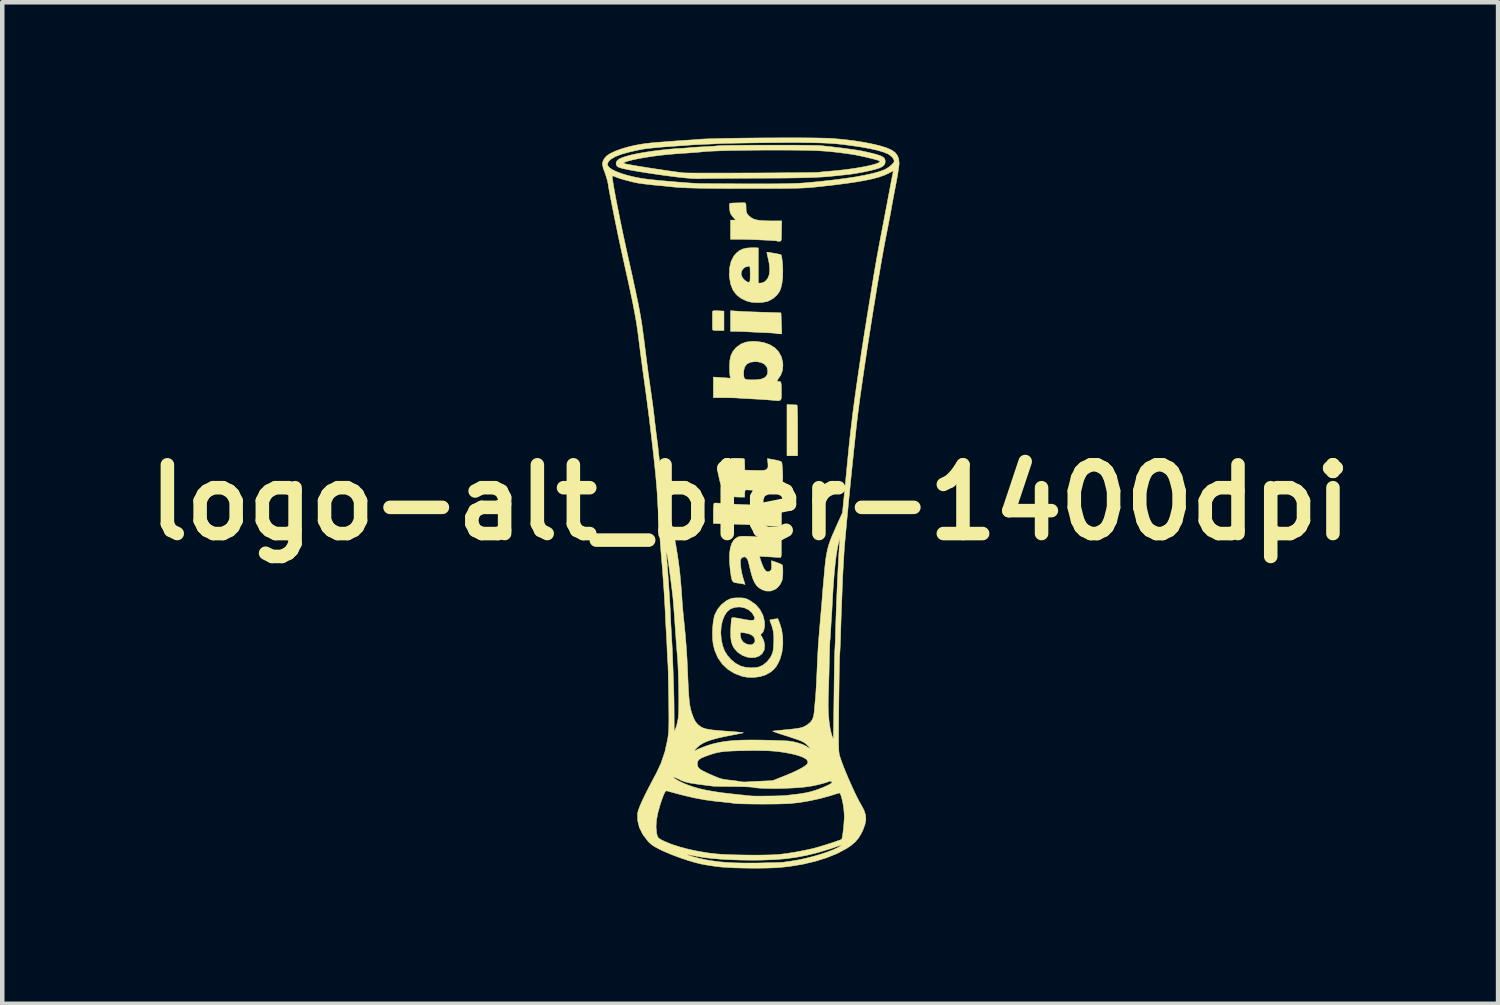
<source format=kicad_pcb>
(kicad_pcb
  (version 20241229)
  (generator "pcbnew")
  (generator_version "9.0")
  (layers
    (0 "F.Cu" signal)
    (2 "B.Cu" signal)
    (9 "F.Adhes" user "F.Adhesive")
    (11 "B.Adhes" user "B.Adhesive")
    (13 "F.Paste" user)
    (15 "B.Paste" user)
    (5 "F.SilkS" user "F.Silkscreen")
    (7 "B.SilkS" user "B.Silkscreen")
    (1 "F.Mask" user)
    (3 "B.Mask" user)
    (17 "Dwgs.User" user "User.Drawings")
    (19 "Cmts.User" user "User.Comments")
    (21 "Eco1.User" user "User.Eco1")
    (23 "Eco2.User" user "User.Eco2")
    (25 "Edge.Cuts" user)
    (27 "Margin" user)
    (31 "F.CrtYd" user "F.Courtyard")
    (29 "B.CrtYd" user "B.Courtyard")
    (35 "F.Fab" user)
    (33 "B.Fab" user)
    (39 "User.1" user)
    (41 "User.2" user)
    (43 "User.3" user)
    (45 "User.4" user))
  (footprint "logo-alt_bier-1400dpi"
    (layer "F.Cu")
    (at 13.578 8.087)
    (property "Reference" "logo-alt_bier-1400dpi" (at 0 0 0) (layer "F.SilkS") (effects (font (size 1.524 1.524) (thickness 0.3))))
    (attr through_hole)
    (fp_poly (pts (xy 0.921 -2.166) (xy 0.98 -2.164) (xy 1.023 -2.161) (xy 1.039 -2.16) (xy 1.042 -2.143) (xy 1.045 -2.093) (xy 1.048 -2.016) (xy 1.05 -1.915) (xy 1.051 -1.796) (xy 1.052 -1.663) (xy 1.052 -1.597) (xy 1.052 -1.034) (xy 0.816 -1.034) (xy 0.816 -2.171) (xy 0.921 -2.166)) (stroke (width 0.01) (type solid)) (fill yes) (layer "F.SilkS"))
    (fp_poly (pts (xy -0.708 -4.248) (xy -0.581 -4.242) (xy -0.581 -3.81) (xy -0.708 -3.81) (xy -0.782 -3.812) (xy -0.823 -3.82) (xy -0.835 -3.833) (xy -0.836 -3.869) (xy -0.836 -3.929) (xy -0.836 -4.002) (xy -0.836 -4.078) (xy -0.836 -4.148) (xy -0.836 -4.201) (xy -0.836 -4.227) (xy -0.829 -4.242) (xy -0.804 -4.249) (xy -0.754 -4.25) (xy -0.708 -4.248)) (stroke (width 0.01) (type solid)) (fill yes) (layer "F.SilkS"))
    (fp_poly (pts (xy -0.268 -4.239) (xy -0.197 -4.235) (xy -0.099 -4.23) (xy 0.019 -4.225) (xy 0.146 -4.221) (xy 0.275 -4.216) (xy 0.29 -4.216) (xy 0.405 -4.213) (xy 0.507 -4.209) (xy 0.59 -4.207) (xy 0.649 -4.204) (xy 0.68 -4.203) (xy 0.683 -4.202) (xy 0.684 -4.185) (xy 0.687 -4.137) (xy 0.689 -4.067) (xy 0.692 -3.982) (xy 0.693 -3.969) (xy 0.7 -3.737) (xy 0.643 -3.737) (xy 0.601 -3.74) (xy 0.578 -3.746) (xy 0.578 -3.746) (xy 0.558 -3.749) (xy 0.508 -3.754) (xy 0.435 -3.759) (xy 0.345 -3.763) (xy 0.298 -3.765) (xy 0.194 -3.77) (xy 0.095 -3.774) (xy 0.01 -3.779) (xy -0.05 -3.782) (xy -0.064 -3.783) (xy -0.129 -3.786) (xy -0.212 -3.789) (xy -0.295 -3.791) (xy -0.435 -3.792) (xy -0.435 -4.25) (xy -0.268 -4.239)) (stroke (width 0.01) (type solid)) (fill yes) (layer "F.SilkS"))
    (fp_poly (pts (xy -0.718 0.015) (xy -0.65 0.019) (xy -0.631 0.021) (xy -0.56 0.026) (xy -0.464 0.032) (xy -0.352 0.038) (xy -0.237 0.044) (xy -0.193 0.046) (xy -0.089 0.05) (xy 0.006 0.055) (xy 0.084 0.06) (xy 0.137 0.063) (xy 0.154 0.065) (xy 0.193 0.067) (xy 0.259 0.07) (xy 0.343 0.073) (xy 0.436 0.074) (xy 0.44 0.074) (xy 0.529 0.077) (xy 0.603 0.081) (xy 0.657 0.087) (xy 0.682 0.094) (xy 0.683 0.095) (xy 0.687 0.119) (xy 0.69 0.171) (xy 0.693 0.244) (xy 0.693 0.323) (xy 0.693 0.535) (xy 0.646 0.537) (xy 0.609 0.537) (xy 0.594 0.534) (xy 0.575 0.531) (xy 0.526 0.527) (xy 0.455 0.523) (xy 0.367 0.518) (xy 0.335 0.517) (xy 0.239 0.512) (xy 0.153 0.507) (xy 0.085 0.502) (xy 0.043 0.499) (xy 0.037 0.498) (xy 0.006 0.495) (xy -0.055 0.492) (xy -0.14 0.488) (xy -0.244 0.484) (xy -0.361 0.48) (xy -0.412 0.478) (xy -0.816 0.466) (xy -0.816 0.244) (xy -0.815 0.137) (xy -0.81 0.063) (xy -0.802 0.022) (xy -0.797 0.015) (xy -0.77 0.013) (xy -0.718 0.015)) (stroke (width 0.01) (type solid)) (fill yes) (layer "F.SilkS"))
    (fp_poly (pts (xy -0.129 -6.642) (xy -0.122 -6.642) (xy -0.105 -6.635) (xy -0.095 -6.613) (xy -0.091 -6.566) (xy -0.091 -6.529) (xy -0.089 -6.465) (xy -0.08 -6.423) (xy -0.059 -6.388) (xy -0.023 -6.35) (xy 0.024 -6.311) (xy 0.078 -6.282) (xy 0.147 -6.262) (xy 0.234 -6.249) (xy 0.347 -6.243) (xy 0.468 -6.241) (xy 0.699 -6.241) (xy 0.695 -6.055) (xy 0.694 -5.972) (xy 0.692 -5.9) (xy 0.691 -5.847) (xy 0.691 -5.828) (xy 0.68 -5.796) (xy 0.647 -5.788) (xy 0.611 -5.79) (xy 0.597 -5.795) (xy 0.577 -5.799) (xy 0.526 -5.803) (xy 0.451 -5.808) (xy 0.358 -5.813) (xy 0.252 -5.818) (xy 0.141 -5.823) (xy 0.028 -5.827) (xy -0.078 -5.83) (xy -0.173 -5.832) (xy -0.249 -5.833) (xy -0.435 -5.833) (xy -0.435 -6.046) (xy -0.435 -6.259) (xy -0.32 -6.259) (xy -0.366 -6.309) (xy -0.404 -6.355) (xy -0.434 -6.4) (xy -0.435 -6.402) (xy -0.446 -6.439) (xy -0.455 -6.493) (xy -0.459 -6.551) (xy -0.459 -6.601) (xy -0.453 -6.629) (xy -0.452 -6.63) (xy -0.432 -6.633) (xy -0.386 -6.637) (xy -0.322 -6.639) (xy -0.252 -6.641) (xy -0.184 -6.642) (xy -0.129 -6.642)) (stroke (width 0.01) (type solid)) (fill yes) (layer "F.SilkS"))
    (fp_poly (pts (xy -0.192 -0.978) (xy -0.144 -0.971) (xy -0.126 -0.96) (xy -0.125 -0.957) (xy -0.124 -0.928) (xy -0.122 -0.875) (xy -0.121 -0.826) (xy -0.118 -0.717) (xy 0.106 -0.711) (xy 0.202 -0.709) (xy 0.269 -0.71) (xy 0.313 -0.714) (xy 0.342 -0.722) (xy 0.363 -0.735) (xy 0.367 -0.738) (xy 0.388 -0.763) (xy 0.396 -0.795) (xy 0.395 -0.847) (xy 0.393 -0.872) (xy 0.382 -0.973) (xy 0.535 -0.946) (xy 0.624 -0.927) (xy 0.678 -0.909) (xy 0.7 -0.891) (xy 0.705 -0.861) (xy 0.711 -0.804) (xy 0.717 -0.73) (xy 0.72 -0.671) (xy 0.723 -0.583) (xy 0.723 -0.521) (xy 0.717 -0.477) (xy 0.705 -0.439) (xy 0.686 -0.399) (xy 0.656 -0.347) (xy 0.622 -0.309) (xy 0.58 -0.282) (xy 0.524 -0.267) (xy 0.447 -0.26) (xy 0.344 -0.26) (xy 0.245 -0.264) (xy 0.146 -0.268) (xy 0.056 -0.272) (xy -0.016 -0.275) (xy -0.062 -0.278) (xy -0.073 -0.278) (xy -0.101 -0.277) (xy -0.114 -0.261) (xy -0.119 -0.223) (xy -0.12 -0.2) (xy -0.122 -0.118) (xy -0.192 -0.118) (xy -0.26 -0.119) (xy -0.331 -0.123) (xy -0.34 -0.123) (xy -0.417 -0.129) (xy -0.417 -0.219) (xy -0.42 -0.274) (xy -0.429 -0.301) (xy -0.448 -0.309) (xy -0.449 -0.309) (xy -0.502 -0.313) (xy -0.559 -0.321) (xy -0.608 -0.331) (xy -0.635 -0.341) (xy -0.637 -0.342) (xy -0.644 -0.363) (xy -0.656 -0.41) (xy -0.672 -0.474) (xy -0.689 -0.546) (xy -0.705 -0.617) (xy -0.717 -0.678) (xy -0.725 -0.72) (xy -0.726 -0.731) (xy -0.709 -0.736) (xy -0.665 -0.737) (xy -0.6 -0.735) (xy -0.572 -0.733) (xy -0.417 -0.722) (xy -0.417 -0.98) (xy -0.272 -0.98) (xy -0.192 -0.978)) (stroke (width 0.01) (type solid)) (fill yes) (layer "F.SilkS"))
    (fp_poly (pts (xy 0.122 -5.645) (xy 0.181 -5.642) (xy 0.181 -4.862) (xy 0.233 -4.862) (xy 0.286 -4.874) (xy 0.331 -4.898) (xy 0.39 -4.965) (xy 0.424 -5.055) (xy 0.434 -5.169) (xy 0.419 -5.309) (xy 0.4 -5.397) (xy 0.385 -5.465) (xy 0.374 -5.516) (xy 0.37 -5.544) (xy 0.37 -5.547) (xy 0.389 -5.546) (xy 0.433 -5.54) (xy 0.492 -5.53) (xy 0.557 -5.519) (xy 0.617 -5.507) (xy 0.662 -5.498) (xy 0.683 -5.492) (xy 0.683 -5.492) (xy 0.693 -5.465) (xy 0.704 -5.41) (xy 0.713 -5.334) (xy 0.72 -5.247) (xy 0.724 -5.156) (xy 0.724 -5.145) (xy 0.721 -4.989) (xy 0.704 -4.85) (xy 0.676 -4.735) (xy 0.652 -4.679) (xy 0.596 -4.6) (xy 0.516 -4.528) (xy 0.425 -4.473) (xy 0.374 -4.454) (xy 0.268 -4.434) (xy 0.147 -4.429) (xy 0.028 -4.438) (xy -0.067 -4.461) (xy -0.2 -4.522) (xy -0.304 -4.604) (xy -0.382 -4.709) (xy -0.433 -4.838) (xy -0.459 -4.993) (xy -0.462 -5.035) (xy -0.461 -5.051) (xy -0.2 -5.051) (xy -0.171 -4.982) (xy -0.138 -4.942) (xy -0.093 -4.905) (xy -0.052 -4.883) (xy -0.038 -4.88) (xy -0.021 -4.883) (xy -0.01 -4.893) (xy -0.004 -4.919) (xy -0.001 -4.967) (xy -0.000013 -5.042) (xy 0 -5.064) (xy -0.001 -5.147) (xy -0.003 -5.2) (xy -0.009 -5.228) (xy -0.018 -5.238) (xy -0.029 -5.236) (xy -0.07 -5.226) (xy -0.084 -5.225) (xy -0.114 -5.213) (xy -0.152 -5.184) (xy -0.155 -5.181) (xy -0.194 -5.119) (xy -0.2 -5.051) (xy -0.461 -5.051) (xy -0.456 -5.201) (xy -0.423 -5.342) (xy -0.364 -5.46) (xy -0.305 -5.528) (xy -0.24 -5.581) (xy -0.167 -5.617) (xy -0.081 -5.638) (xy 0.028 -5.646) (xy 0.122 -5.645)) (stroke (width 0.01) (type solid)) (fill yes) (layer "F.SilkS"))
    (fp_poly (pts (xy 0.134 -3.57) (xy 0.294 -3.547) (xy 0.432 -3.499) (xy 0.546 -3.428) (xy 0.633 -3.336) (xy 0.693 -3.225) (xy 0.723 -3.097) (xy 0.726 -3.038) (xy 0.715 -2.923) (xy 0.679 -2.825) (xy 0.632 -2.753) (xy 0.602 -2.71) (xy 0.599 -2.687) (xy 0.624 -2.682) (xy 0.647 -2.683) (xy 0.667 -2.68) (xy 0.68 -2.661) (xy 0.688 -2.62) (xy 0.692 -2.554) (xy 0.693 -2.456) (xy 0.693 -2.452) (xy 0.693 -2.366) (xy 0.69 -2.309) (xy 0.677 -2.274) (xy 0.651 -2.258) (xy 0.603 -2.255) (xy 0.529 -2.262) (xy 0.463 -2.268) (xy 0.391 -2.274) (xy 0.294 -2.281) (xy 0.183 -2.288) (xy 0.07 -2.294) (xy 0.036 -2.296) (xy -0.063 -2.301) (xy -0.15 -2.305) (xy -0.219 -2.31) (xy -0.262 -2.313) (xy -0.272 -2.314) (xy -0.299 -2.316) (xy -0.356 -2.318) (xy -0.433 -2.32) (xy -0.525 -2.321) (xy -0.558 -2.321) (xy -0.816 -2.322) (xy -0.816 -2.78) (xy -0.624 -2.767) (xy -0.432 -2.754) (xy -0.445 -2.794) (xy -0.45 -2.83) (xy -0.454 -2.881) (xy -0.145 -2.881) (xy -0.143 -2.805) (xy -0.132 -2.758) (xy -0.108 -2.733) (xy -0.064 -2.722) (xy -0.012 -2.718) (xy 0.13 -2.718) (xy 0.24 -2.733) (xy 0.317 -2.764) (xy 0.343 -2.784) (xy 0.376 -2.829) (xy 0.389 -2.884) (xy 0.39 -2.91) (xy 0.374 -2.992) (xy 0.329 -3.055) (xy 0.255 -3.098) (xy 0.156 -3.119) (xy 0.109 -3.121) (xy 0.007 -3.108) (xy -0.07 -3.07) (xy -0.12 -3.006) (xy -0.143 -2.919) (xy -0.145 -2.881) (xy -0.454 -2.881) (xy -0.455 -2.891) (xy -0.457 -2.968) (xy -0.458 -3.01) (xy -0.451 -3.145) (xy -0.428 -3.254) (xy -0.386 -3.343) (xy -0.322 -3.422) (xy -0.294 -3.448) (xy -0.199 -3.514) (xy -0.091 -3.555) (xy 0.036 -3.571) (xy 0.134 -3.57)) (stroke (width 0.01) (type solid)) (fill yes) (layer "F.SilkS"))
    (fp_poly (pts (xy -0.052 0.75) (xy 0.017 0.753) (xy 0.104 0.759) (xy 0.178 0.764) (xy 0.23 0.769) (xy 0.255 0.772) (xy 0.255 0.772) (xy 0.277 0.775) (xy 0.327 0.778) (xy 0.398 0.781) (xy 0.478 0.783) (xy 0.57 0.786) (xy 0.632 0.79) (xy 0.669 0.796) (xy 0.686 0.805) (xy 0.691 0.816) (xy 0.691 0.845) (xy 0.691 0.901) (xy 0.691 0.976) (xy 0.691 1.034) (xy 0.691 1.119) (xy 0.688 1.175) (xy 0.683 1.206) (xy 0.673 1.219) (xy 0.659 1.221) (xy 0.659 1.221) (xy 0.629 1.219) (xy 0.571 1.215) (xy 0.494 1.21) (xy 0.416 1.206) (xy 0.205 1.193) (xy 0.248 1.327) (xy 0.275 1.398) (xy 0.305 1.461) (xy 0.333 1.502) (xy 0.335 1.505) (xy 0.37 1.533) (xy 0.399 1.537) (xy 0.426 1.528) (xy 0.453 1.51) (xy 0.469 1.484) (xy 0.475 1.439) (xy 0.474 1.368) (xy 0.473 1.357) (xy 0.47 1.29) (xy 0.584 1.328) (xy 0.645 1.351) (xy 0.691 1.372) (xy 0.712 1.386) (xy 0.72 1.418) (xy 0.724 1.474) (xy 0.725 1.545) (xy 0.722 1.619) (xy 0.715 1.686) (xy 0.707 1.728) (xy 0.669 1.81) (xy 0.61 1.884) (xy 0.544 1.932) (xy 0.446 1.965) (xy 0.347 1.963) (xy 0.259 1.931) (xy 0.194 1.892) (xy 0.141 1.841) (xy 0.097 1.775) (xy 0.058 1.687) (xy 0.023 1.573) (xy -0.009 1.442) (xy -0.026 1.371) (xy -0.043 1.307) (xy -0.057 1.266) (xy -0.089 1.219) (xy -0.132 1.204) (xy -0.179 1.222) (xy -0.185 1.228) (xy -0.204 1.249) (xy -0.214 1.276) (xy -0.216 1.318) (xy -0.213 1.386) (xy -0.212 1.397) (xy -0.201 1.485) (xy -0.181 1.586) (xy -0.157 1.675) (xy -0.112 1.818) (xy -0.151 1.808) (xy -0.192 1.8) (xy -0.251 1.791) (xy -0.287 1.786) (xy -0.333 1.778) (xy -0.367 1.767) (xy -0.39 1.745) (xy -0.407 1.707) (xy -0.42 1.647) (xy -0.433 1.559) (xy -0.44 1.511) (xy -0.458 1.316) (xy -0.459 1.148) (xy -0.44 1.008) (xy -0.404 0.898) (xy -0.35 0.818) (xy -0.278 0.768) (xy -0.241 0.757) (xy -0.197 0.75) (xy -0.136 0.748) (xy -0.052 0.75)) (stroke (width 0.01) (type solid)) (fill yes) (layer "F.SilkS"))
    (fp_poly (pts (xy -0.185 2.116) (xy -0.129 2.122) (xy -0.078 2.138) (xy -0.02 2.167) (xy -0.003 2.176) (xy 0.12 2.262) (xy 0.216 2.372) (xy 0.283 2.501) (xy 0.318 2.64) (xy 0.321 2.722) (xy 0.31 2.8) (xy 0.289 2.865) (xy 0.258 2.904) (xy 0.256 2.906) (xy 0.236 2.921) (xy 0.235 2.939) (xy 0.253 2.972) (xy 0.265 2.988) (xy 0.305 3.074) (xy 0.321 3.17) (xy 0.312 3.262) (xy 0.309 3.274) (xy 0.267 3.349) (xy 0.202 3.403) (xy 0.119 3.434) (xy 0.025 3.442) (xy -0.074 3.427) (xy -0.173 3.389) (xy -0.266 3.327) (xy -0.293 3.303) (xy -0.35 3.238) (xy -0.391 3.168) (xy -0.418 3.085) (xy -0.431 2.984) (xy -0.432 2.938) (xy -0.218 2.938) (xy -0.209 2.996) (xy -0.189 3.05) (xy -0.148 3.1) (xy -0.09 3.135) (xy -0.025 3.154) (xy 0.036 3.152) (xy 0.08 3.128) (xy 0.107 3.08) (xy 0.103 3.024) (xy 0.073 2.971) (xy 0.02 2.931) (xy -0.028 2.913) (xy -0.093 2.897) (xy -0.124 2.892) (xy -0.218 2.88) (xy -0.218 2.938) (xy -0.432 2.938) (xy -0.433 2.858) (xy -0.43 2.788) (xy -0.425 2.702) (xy -0.419 2.63) (xy -0.412 2.579) (xy -0.405 2.557) (xy -0.381 2.553) (xy -0.33 2.557) (xy -0.259 2.568) (xy -0.208 2.578) (xy -0.091 2.6) (xy -0.004 2.612) (xy 0.054 2.612) (xy 0.087 2.601) (xy 0.099 2.577) (xy 0.094 2.541) (xy 0.088 2.523) (xy 0.039 2.443) (xy -0.035 2.38) (xy -0.126 2.337) (xy -0.227 2.317) (xy -0.329 2.323) (xy -0.426 2.355) (xy -0.435 2.36) (xy -0.511 2.422) (xy -0.571 2.512) (xy -0.615 2.623) (xy -0.642 2.75) (xy -0.651 2.887) (xy -0.641 3.028) (xy -0.612 3.168) (xy -0.569 3.286) (xy -0.506 3.39) (xy -0.419 3.488) (xy -0.317 3.57) (xy -0.21 3.626) (xy -0.209 3.627) (xy -0.104 3.654) (xy 0.015 3.665) (xy 0.131 3.659) (xy 0.202 3.644) (xy 0.289 3.602) (xy 0.372 3.533) (xy 0.442 3.446) (xy 0.466 3.404) (xy 0.489 3.354) (xy 0.504 3.304) (xy 0.514 3.244) (xy 0.52 3.162) (xy 0.522 3.117) (xy 0.524 2.979) (xy 0.514 2.866) (xy 0.491 2.767) (xy 0.459 2.68) (xy 0.443 2.637) (xy 0.436 2.609) (xy 0.437 2.606) (xy 0.458 2.599) (xy 0.502 2.591) (xy 0.528 2.587) (xy 0.612 2.575) (xy 0.649 2.662) (xy 0.696 2.812) (xy 0.722 2.976) (xy 0.725 3.146) (xy 0.706 3.312) (xy 0.665 3.464) (xy 0.626 3.552) (xy 0.581 3.63) (xy 0.534 3.69) (xy 0.473 3.744) (xy 0.45 3.762) (xy 0.347 3.82) (xy 0.222 3.86) (xy 0.084 3.879) (xy -0.057 3.876) (xy -0.176 3.855) (xy -0.346 3.791) (xy -0.493 3.7) (xy -0.618 3.582) (xy -0.716 3.442) (xy -0.786 3.28) (xy -0.821 3.137) (xy -0.833 3.024) (xy -0.836 2.896) (xy -0.831 2.765) (xy -0.818 2.642) (xy -0.798 2.536) (xy -0.782 2.483) (xy -0.721 2.367) (xy -0.636 2.264) (xy -0.534 2.183) (xy -0.501 2.164) (xy -0.443 2.137) (xy -0.388 2.122) (xy -0.319 2.116) (xy -0.263 2.115) (xy -0.185 2.116)) (stroke (width 0.01) (type solid)) (fill yes) (layer "F.SilkS"))
    (fp_poly (pts (xy 0.75 -7.92) (xy 0.92 -7.92) (xy 1.079 -7.919) (xy 1.223 -7.917) (xy 1.348 -7.916) (xy 1.45 -7.914) (xy 1.525 -7.912) (xy 1.569 -7.909) (xy 1.822 -7.881) (xy 2.039 -7.855) (xy 2.224 -7.83) (xy 2.376 -7.808) (xy 2.498 -7.786) (xy 2.558 -7.773) (xy 2.695 -7.741) (xy 2.801 -7.713) (xy 2.879 -7.688) (xy 2.933 -7.662) (xy 2.968 -7.636) (xy 2.986 -7.605) (xy 2.993 -7.569) (xy 2.994 -7.556) (xy 2.987 -7.511) (xy 2.963 -7.473) (xy 2.92 -7.439) (xy 2.854 -7.409) (xy 2.76 -7.38) (xy 2.636 -7.35) (xy 2.546 -7.331) (xy 2.441 -7.311) (xy 2.339 -7.293) (xy 2.25 -7.279) (xy 2.183 -7.269) (xy 2.168 -7.268) (xy 2.099 -7.261) (xy 2.009 -7.252) (xy 1.916 -7.242) (xy 1.887 -7.239) (xy 1.79 -7.229) (xy 1.691 -7.22) (xy 1.584 -7.213) (xy 1.469 -7.207) (xy 1.34 -7.202) (xy 1.195 -7.197) (xy 1.03 -7.194) (xy 0.843 -7.191) (xy 0.63 -7.189) (xy 0.388 -7.188) (xy 0.113 -7.187) (xy 0.065 -7.187) (xy -0.136 -7.186) (xy -0.327 -7.185) (xy -0.505 -7.184) (xy -0.666 -7.183) (xy -0.807 -7.182) (xy -0.926 -7.181) (xy -1.018 -7.18) (xy -1.082 -7.179) (xy -1.112 -7.178) (xy -1.114 -7.177) (xy -1.147 -7.176) (xy -1.207 -7.178) (xy -1.285 -7.181) (xy -1.352 -7.186) (xy -1.467 -7.196) (xy -1.604 -7.211) (xy -1.756 -7.23) (xy -1.918 -7.251) (xy -2.084 -7.275) (xy -2.248 -7.299) (xy -2.406 -7.324) (xy -2.551 -7.348) (xy -2.678 -7.371) (xy -2.781 -7.392) (xy -2.854 -7.409) (xy -2.862 -7.412) (xy -2.921 -7.433) (xy -2.953 -7.455) (xy -2.968 -7.486) (xy -2.969 -7.487) (xy -2.971 -7.522) (xy -2.806 -7.522) (xy -2.783 -7.511) (xy -2.75 -7.502) (xy -2.687 -7.49) (xy -2.598 -7.474) (xy -2.488 -7.455) (xy -2.363 -7.435) (xy -2.229 -7.413) (xy -2.089 -7.392) (xy -1.949 -7.371) (xy -1.815 -7.351) (xy -1.692 -7.334) (xy -1.584 -7.319) (xy -1.497 -7.309) (xy -1.46 -7.305) (xy -1.428 -7.304) (xy -1.363 -7.303) (xy -1.269 -7.302) (xy -1.149 -7.301) (xy -1.008 -7.301) (xy -0.847 -7.301) (xy -0.671 -7.301) (xy -0.484 -7.301) (xy -0.287 -7.302) (xy -0.086 -7.303) (xy 0.118 -7.303) (xy 0.32 -7.304) (xy 0.517 -7.305) (xy 0.705 -7.307) (xy 0.883 -7.308) (xy 1.045 -7.309) (xy 1.188 -7.311) (xy 1.31 -7.312) (xy 1.407 -7.314) (xy 1.475 -7.315) (xy 1.511 -7.317) (xy 1.515 -7.317) (xy 1.559 -7.323) (xy 1.626 -7.331) (xy 1.703 -7.337) (xy 1.714 -7.338) (xy 1.887 -7.353) (xy 2.056 -7.371) (xy 2.219 -7.392) (xy 2.371 -7.415) (xy 2.509 -7.439) (xy 2.631 -7.464) (xy 2.732 -7.489) (xy 2.809 -7.513) (xy 2.858 -7.535) (xy 2.877 -7.556) (xy 2.873 -7.566) (xy 2.847 -7.579) (xy 2.793 -7.596) (xy 2.716 -7.617) (xy 2.624 -7.64) (xy 2.524 -7.663) (xy 2.422 -7.685) (xy 2.326 -7.704) (xy 2.242 -7.718) (xy 2.24 -7.718) (xy 2.095 -7.739) (xy 1.961 -7.756) (xy 1.834 -7.771) (xy 1.708 -7.783) (xy 1.579 -7.792) (xy 1.441 -7.799) (xy 1.29 -7.804) (xy 1.12 -7.807) (xy 0.926 -7.809) (xy 0.702 -7.81) (xy 0.599 -7.81) (xy 0.34 -7.81) (xy 0.092 -7.808) (xy -0.141 -7.805) (xy -0.357 -7.802) (xy -0.551 -7.798) (xy -0.722 -7.792) (xy -0.865 -7.786) (xy -0.977 -7.78) (xy -1.043 -7.774) (xy -1.097 -7.768) (xy -1.164 -7.762) (xy -1.251 -7.756) (xy -1.36 -7.747) (xy -1.498 -7.738) (xy -1.633 -7.729) (xy -1.805 -7.714) (xy -1.982 -7.696) (xy -2.156 -7.673) (xy -2.322 -7.648) (xy -2.475 -7.621) (xy -2.607 -7.593) (xy -2.713 -7.565) (xy -2.767 -7.547) (xy -2.802 -7.531) (xy -2.806 -7.522) (xy -2.971 -7.522) (xy -2.971 -7.533) (xy -2.951 -7.573) (xy -2.907 -7.61) (xy -2.834 -7.644) (xy -2.729 -7.678) (xy -2.64 -7.702) (xy -2.506 -7.731) (xy -2.345 -7.76) (xy -2.164 -7.787) (xy -1.973 -7.811) (xy -1.781 -7.831) (xy -1.595 -7.846) (xy -1.551 -7.848) (xy -1.466 -7.853) (xy -1.395 -7.858) (xy -1.345 -7.863) (xy -1.324 -7.866) (xy -1.324 -7.866) (xy -1.304 -7.868) (xy -1.253 -7.872) (xy -1.18 -7.876) (xy -1.09 -7.881) (xy -1.043 -7.883) (xy -0.944 -7.888) (xy -0.854 -7.893) (xy -0.782 -7.899) (xy -0.736 -7.903) (xy -0.726 -7.905) (xy -0.694 -7.908) (xy -0.63 -7.91) (xy -0.537 -7.913) (xy -0.421 -7.915) (xy -0.283 -7.916) (xy -0.129 -7.918) (xy 0.037 -7.919) (xy 0.212 -7.92) (xy 0.392 -7.92) (xy 0.573 -7.92) (xy 0.75 -7.92)) (stroke (width 0.01) (type solid)) (fill yes) (layer "F.SilkS"))
    (fp_poly (pts (xy 1.106 -8.082) (xy 1.289 -8.081) (xy 1.455 -8.079) (xy 1.598 -8.076) (xy 1.716 -8.073) (xy 1.803 -8.069) (xy 1.814 -8.068) (xy 2.058 -8.047) (xy 2.299 -8.018) (xy 2.53 -7.981) (xy 2.741 -7.939) (xy 2.886 -7.903) (xy 3.027 -7.859) (xy 3.135 -7.811) (xy 3.213 -7.756) (xy 3.264 -7.692) (xy 3.293 -7.616) (xy 3.302 -7.524) (xy 3.302 -7.522) (xy 3.299 -7.474) (xy 3.289 -7.397) (xy 3.274 -7.299) (xy 3.255 -7.187) (xy 3.233 -7.069) (xy 3.23 -7.054) (xy 3.206 -6.929) (xy 3.182 -6.804) (xy 3.16 -6.686) (xy 3.142 -6.587) (xy 3.129 -6.514) (xy 3.129 -6.513) (xy 3.117 -6.443) (xy 3.099 -6.346) (xy 3.076 -6.229) (xy 3.052 -6.102) (xy 3.026 -5.971) (xy 3.018 -5.933) (xy 2.984 -5.757) (xy 2.946 -5.549) (xy 2.904 -5.314) (xy 2.86 -5.056) (xy 2.813 -4.781) (xy 2.766 -4.491) (xy 2.717 -4.192) (xy 2.669 -3.888) (xy 2.621 -3.583) (xy 2.575 -3.283) (xy 2.531 -2.99) (xy 2.49 -2.71) (xy 2.452 -2.448) (xy 2.419 -2.207) (xy 2.391 -1.992) (xy 2.386 -1.959) (xy 2.374 -1.853) (xy 2.358 -1.715) (xy 2.34 -1.551) (xy 2.32 -1.365) (xy 2.298 -1.162) (xy 2.276 -0.947) (xy 2.253 -0.724) (xy 2.23 -0.499) (xy 2.208 -0.275) (xy 2.186 -0.059) (xy 2.167 0.146) (xy 2.149 0.335) (xy 2.141 0.417) (xy 2.13 0.541) (xy 2.119 0.659) (xy 2.11 0.762) (xy 2.102 0.846) (xy 2.097 0.903) (xy 2.096 0.916) (xy 2.091 0.976) (xy 2.085 1.058) (xy 2.079 1.148) (xy 2.078 1.179) (xy 2.072 1.276) (xy 2.066 1.379) (xy 2.061 1.469) (xy 2.059 1.488) (xy 2.056 1.557) (xy 2.051 1.651) (xy 2.047 1.759) (xy 2.042 1.87) (xy 2.041 1.896) (xy 2.037 2.016) (xy 2.032 2.147) (xy 2.027 2.273) (xy 2.023 2.378) (xy 2.023 2.386) (xy 2.019 2.476) (xy 2.015 2.592) (xy 2.011 2.723) (xy 2.007 2.858) (xy 2.004 2.966) (xy 2 3.082) (xy 1.996 3.189) (xy 1.991 3.28) (xy 1.987 3.35) (xy 1.984 3.391) (xy 1.984 3.393) (xy 1.982 3.422) (xy 1.98 3.485) (xy 1.978 3.576) (xy 1.975 3.694) (xy 1.973 3.834) (xy 1.971 3.993) (xy 1.969 4.167) (xy 1.966 4.353) (xy 1.965 4.49) (xy 1.963 4.711) (xy 1.961 4.898) (xy 1.96 5.054) (xy 1.96 5.184) (xy 1.96 5.291) (xy 1.961 5.376) (xy 1.963 5.443) (xy 1.965 5.497) (xy 1.969 5.538) (xy 1.974 5.572) (xy 1.979 5.6) (xy 1.986 5.625) (xy 1.992 5.642) (xy 2.027 5.745) (xy 2.074 5.87) (xy 2.131 6.009) (xy 2.193 6.154) (xy 2.258 6.3) (xy 2.322 6.438) (xy 2.382 6.561) (xy 2.435 6.661) (xy 2.463 6.708) (xy 2.523 6.821) (xy 2.557 6.925) (xy 2.565 7.027) (xy 2.546 7.135) (xy 2.501 7.257) (xy 2.467 7.33) (xy 2.403 7.437) (xy 2.327 7.527) (xy 2.229 7.609) (xy 2.137 7.67) (xy 1.932 7.78) (xy 1.697 7.875) (xy 1.437 7.956) (xy 1.156 8.022) (xy 0.858 8.07) (xy 0.653 8.091) (xy 0.529 8.099) (xy 0.377 8.104) (xy 0.206 8.107) (xy 0.026 8.107) (xy -0.156 8.104) (xy -0.33 8.1) (xy -0.487 8.092) (xy -0.62 8.083) (xy -0.644 8.081) (xy -0.756 8.068) (xy -0.878 8.051) (xy -0.993 8.032) (xy -1.069 8.018) (xy -1.215 7.983) (xy -1.382 7.934) (xy -1.557 7.875) (xy -1.731 7.81) (xy -1.738 7.807) (xy -1.391 7.807) (xy -1.379 7.816) (xy -1.339 7.83) (xy -1.278 7.849) (xy -1.203 7.869) (xy -1.121 7.89) (xy -1.039 7.909) (xy -0.989 7.919) (xy -0.835 7.945) (xy -0.679 7.966) (xy -0.512 7.98) (xy -0.33 7.989) (xy -0.126 7.993) (xy 0.107 7.992) (xy 0.163 7.992) (xy 0.299 7.989) (xy 0.426 7.986) (xy 0.538 7.984) (xy 0.63 7.981) (xy 0.696 7.978) (xy 0.733 7.975) (xy 0.735 7.975) (xy 0.779 7.968) (xy 0.846 7.959) (xy 0.922 7.948) (xy 0.934 7.946) (xy 1.08 7.921) (xy 1.237 7.887) (xy 1.398 7.846) (xy 1.555 7.8) (xy 1.703 7.751) (xy 1.833 7.701) (xy 1.94 7.652) (xy 1.996 7.62) (xy 2.026 7.599) (xy 2.031 7.591) (xy 2.023 7.593) (xy 1.75 7.686) (xy 1.497 7.762) (xy 1.257 7.821) (xy 1.021 7.866) (xy 0.781 7.898) (xy 0.527 7.918) (xy 0.253 7.928) (xy 0.045 7.93) (xy -0.205 7.927) (xy -0.445 7.919) (xy -0.668 7.906) (xy -0.871 7.889) (xy -1.048 7.867) (xy -1.195 7.842) (xy -1.218 7.837) (xy -1.291 7.822) (xy -1.349 7.811) (xy -1.384 7.807) (xy -1.391 7.807) (xy -1.738 7.807) (xy -1.891 7.743) (xy -1.987 7.699) (xy -2.079 7.651) (xy -2.147 7.612) (xy -2.2 7.573) (xy -2.247 7.529) (xy -2.284 7.487) (xy -2.387 7.347) (xy -2.457 7.201) (xy -2.458 7.198) (xy -2.086 7.198) (xy -2.073 7.327) (xy -2.066 7.36) (xy -2.054 7.4) (xy -2.039 7.429) (xy -2.013 7.453) (xy -1.969 7.478) (xy -1.899 7.512) (xy -1.898 7.513) (xy -1.743 7.577) (xy -1.56 7.636) (xy -1.356 7.69) (xy -1.14 7.735) (xy -0.919 7.771) (xy -0.742 7.791) (xy -0.63 7.799) (xy -0.494 7.806) (xy -0.34 7.811) (xy -0.176 7.814) (xy -0.007 7.816) (xy 0.158 7.817) (xy 0.314 7.815) (xy 0.454 7.812) (xy 0.57 7.807) (xy 0.649 7.801) (xy 0.821 7.78) (xy 1.011 7.749) (xy 1.203 7.712) (xy 1.383 7.673) (xy 1.416 7.665) (xy 1.479 7.647) (xy 1.56 7.624) (xy 1.651 7.596) (xy 1.745 7.566) (xy 1.836 7.537) (xy 1.916 7.509) (xy 1.98 7.487) (xy 2.02 7.471) (xy 2.029 7.466) (xy 2.037 7.442) (xy 2.047 7.389) (xy 2.057 7.317) (xy 2.067 7.232) (xy 2.076 7.142) (xy 2.082 7.057) (xy 2.086 6.983) (xy 2.086 6.958) (xy 2.082 6.871) (xy 2.073 6.777) (xy 2.059 6.684) (xy 2.041 6.597) (xy 2.022 6.523) (xy 2.003 6.469) (xy 1.985 6.441) (xy 1.976 6.439) (xy 1.949 6.447) (xy 1.896 6.463) (xy 1.824 6.486) (xy 1.752 6.508) (xy 1.542 6.565) (xy 1.316 6.614) (xy 1.089 6.652) (xy 0.889 6.674) (xy 0.819 6.678) (xy 0.724 6.681) (xy 0.609 6.684) (xy 0.48 6.685) (xy 0.344 6.686) (xy 0.205 6.686) (xy 0.069 6.685) (xy -0.057 6.683) (xy -0.169 6.681) (xy -0.26 6.678) (xy -0.326 6.674) (xy -0.354 6.671) (xy -0.405 6.663) (xy -0.472 6.654) (xy -0.499 6.651) (xy -0.556 6.645) (xy -0.636 6.637) (xy -0.728 6.628) (xy -0.789 6.621) (xy -1.004 6.592) (xy -1.245 6.547) (xy -1.51 6.485) (xy -1.792 6.409) (xy -1.851 6.392) (xy -1.872 6.4) (xy -1.897 6.436) (xy -1.926 6.501) (xy -1.962 6.599) (xy -1.994 6.695) (xy -2.047 6.885) (xy -2.078 7.052) (xy -2.086 7.198) (xy -2.458 7.198) (xy -2.494 7.051) (xy -2.497 6.903) (xy -2.496 6.888) (xy -2.48 6.826) (xy -2.447 6.736) (xy -2.395 6.618) (xy -2.327 6.475) (xy -2.242 6.308) (xy -2.143 6.119) (xy -2.126 6.087) (xy -1.705 6.087) (xy -1.69 6.106) (xy -1.648 6.135) (xy -1.586 6.171) (xy -1.512 6.208) (xy -1.432 6.243) (xy -1.379 6.264) (xy -1.258 6.306) (xy -1.129 6.343) (xy -0.987 6.375) (xy -0.827 6.404) (xy -0.645 6.432) (xy -0.435 6.457) (xy -0.245 6.478) (xy -0.16 6.486) (xy -0.086 6.494) (xy -0.032 6.5) (xy -0.009 6.503) (xy 0.034 6.506) (xy 0.105 6.508) (xy 0.198 6.509) (xy 0.304 6.508) (xy 0.417 6.507) (xy 0.529 6.506) (xy 0.632 6.503) (xy 0.718 6.5) (xy 0.781 6.496) (xy 0.798 6.494) (xy 0.883 6.484) (xy 0.974 6.473) (xy 1.025 6.468) (xy 1.101 6.458) (xy 1.192 6.443) (xy 1.268 6.429) (xy 1.349 6.409) (xy 1.44 6.382) (xy 1.533 6.349) (xy 1.622 6.314) (xy 1.701 6.279) (xy 1.764 6.247) (xy 1.804 6.221) (xy 1.814 6.206) (xy 1.8 6.181) (xy 1.767 6.177) (xy 1.745 6.185) (xy 1.702 6.202) (xy 1.633 6.223) (xy 1.547 6.246) (xy 1.453 6.268) (xy 1.362 6.286) (xy 1.315 6.294) (xy 1.205 6.309) (xy 1.074 6.321) (xy 0.928 6.33) (xy 0.775 6.337) (xy 0.62 6.341) (xy 0.47 6.341) (xy 0.333 6.339) (xy 0.213 6.333) (xy 0.119 6.325) (xy 0.07 6.316) (xy 0.027 6.31) (xy -0.046 6.305) (xy -0.141 6.301) (xy -0.252 6.298) (xy -0.371 6.297) (xy -0.392 6.297) (xy -0.511 6.296) (xy -0.622 6.295) (xy -0.718 6.293) (xy -0.792 6.291) (xy -0.838 6.288) (xy -0.844 6.287) (xy -0.998 6.267) (xy -1.122 6.251) (xy -1.218 6.237) (xy -1.293 6.226) (xy -1.349 6.216) (xy -1.393 6.206) (xy -1.429 6.197) (xy -1.442 6.193) (xy -1.497 6.174) (xy -1.539 6.157) (xy -1.551 6.15) (xy -1.578 6.135) (xy -1.619 6.116) (xy -1.662 6.099) (xy -1.695 6.088) (xy -1.705 6.087) (xy -2.126 6.087) (xy -2.086 6.014) (xy -1.98 5.789) (xy -1.171 5.789) (xy -1.166 5.829) (xy -1.157 5.86) (xy -1.139 5.888) (xy -1.107 5.915) (xy -1.057 5.946) (xy -0.983 5.983) (xy -0.881 6.03) (xy -0.868 6.035) (xy -0.769 6.078) (xy -0.692 6.109) (xy -0.626 6.129) (xy -0.561 6.142) (xy -0.486 6.151) (xy -0.472 6.153) (xy -0.388 6.162) (xy -0.311 6.172) (xy -0.252 6.182) (xy -0.236 6.185) (xy -0.178 6.194) (xy -0.108 6.196) (xy -0.082 6.195) (xy -0.029 6.191) (xy 0.05 6.187) (xy 0.145 6.182) (xy 0.245 6.178) (xy 0.254 6.177) (xy 0.499 6.166) (xy 0.778 6.055) (xy 0.924 5.994) (xy 1.049 5.936) (xy 1.15 5.882) (xy 1.223 5.835) (xy 1.267 5.795) (xy 1.276 5.779) (xy 1.276 5.733) (xy 1.24 5.689) (xy 1.169 5.648) (xy 1.063 5.609) (xy 0.923 5.573) (xy 0.91 5.57) (xy 0.784 5.546) (xy 0.66 5.527) (xy 0.532 5.513) (xy 0.394 5.504) (xy 0.238 5.5) (xy 0.059 5.499) (xy -0.111 5.502) (xy -0.275 5.505) (xy -0.408 5.51) (xy -0.519 5.516) (xy -0.611 5.525) (xy -0.693 5.538) (xy -0.77 5.555) (xy -0.848 5.578) (xy -0.934 5.607) (xy -0.988 5.626) (xy -1.076 5.662) (xy -1.133 5.698) (xy -1.164 5.739) (xy -1.171 5.789) (xy -1.98 5.789) (xy -1.975 5.777) (xy -1.889 5.522) (xy -1.83 5.252) (xy -1.821 5.198) (xy -1.815 5.145) (xy -1.809 5.089) (xy -1.805 5.026) (xy -1.803 4.951) (xy -1.802 4.86) (xy -1.802 4.748) (xy -1.803 4.611) (xy -1.805 4.444) (xy -1.806 4.345) (xy -1.809 4.186) (xy -1.811 4.037) (xy -1.814 3.902) (xy -1.816 3.785) (xy -1.819 3.69) (xy -1.821 3.623) (xy -1.823 3.586) (xy -1.823 3.583) (xy -1.826 3.546) (xy -1.831 3.48) (xy -1.835 3.395) (xy -1.84 3.298) (xy -1.841 3.266) (xy -1.845 3.16) (xy -1.85 3.055) (xy -1.855 2.963) (xy -1.859 2.895) (xy -1.86 2.885) (xy -1.864 2.817) (xy -1.869 2.727) (xy -1.874 2.626) (xy -1.878 2.549) (xy -1.884 2.411) (xy -1.891 2.281) (xy -1.898 2.153) (xy -1.906 2.023) (xy -1.915 1.887) (xy -1.926 1.737) (xy -1.938 1.571) (xy -1.953 1.382) (xy -1.971 1.166) (xy -1.976 1.107) (xy -1.864 1.107) (xy -1.86 1.143) (xy -1.854 1.194) (xy -1.848 1.266) (xy -1.842 1.333) (xy -1.821 1.612) (xy -1.804 1.855) (xy -1.79 2.065) (xy -1.779 2.243) (xy -1.771 2.389) (xy -1.77 2.422) (xy -1.764 2.562) (xy -1.758 2.694) (xy -1.75 2.829) (xy -1.742 2.979) (xy -1.733 3.139) (xy -1.73 3.186) (xy -1.727 3.24) (xy -1.724 3.306) (xy -1.721 3.387) (xy -1.717 3.486) (xy -1.713 3.608) (xy -1.707 3.756) (xy -1.701 3.934) (xy -1.696 4.073) (xy -1.693 4.182) (xy -1.69 4.316) (xy -1.687 4.462) (xy -1.686 4.607) (xy -1.685 4.717) (xy -1.684 5.089) (xy -1.649 5.001) (xy -1.628 4.937) (xy -1.609 4.855) (xy -1.594 4.774) (xy -1.589 4.715) (xy -1.585 4.625) (xy -1.583 4.51) (xy -1.582 4.377) (xy -1.583 4.231) (xy -1.585 4.078) (xy -1.589 3.924) (xy -1.593 3.775) (xy -1.599 3.637) (xy -1.605 3.515) (xy -1.612 3.415) (xy -1.613 3.411) (xy -1.622 3.309) (xy -1.631 3.199) (xy -1.639 3.1) (xy -1.641 3.066) (xy -1.657 2.837) (xy -1.671 2.641) (xy -1.683 2.475) (xy -1.693 2.338) (xy -1.702 2.225) (xy -1.71 2.134) (xy -1.717 2.063) (xy -1.724 2.008) (xy -1.724 2.005) (xy -1.751 1.789) (xy -1.775 1.608) (xy -1.795 1.459) (xy -1.812 1.339) (xy -1.826 1.247) (xy -1.837 1.181) (xy -1.845 1.139) (xy -1.851 1.121) (xy -1.861 1.099) (xy -1.864 1.107) (xy -1.976 1.107) (xy -1.986 0.98) (xy -1.991 0.916) (xy -1.997 0.831) (xy -2.002 0.738) (xy -2.005 0.699) (xy -2.01 0.607) (xy -2.016 0.517) (xy -2.021 0.442) (xy -2.023 0.417) (xy -2.033 0.284) (xy -2.043 0.123) (xy -2.054 -0.06) (xy -2.06 -0.172) (xy -2.068 -0.298) (xy -2.081 -0.455) (xy -2.098 -0.64) (xy -2.12 -0.849) (xy -2.144 -1.076) (xy -2.172 -1.318) (xy -2.202 -1.571) (xy -2.233 -1.831) (xy -2.267 -2.093) (xy -2.301 -2.353) (xy -2.331 -2.576) (xy -2.355 -2.745) (xy -2.38 -2.928) (xy -2.405 -3.114) (xy -2.429 -3.295) (xy -2.45 -3.459) (xy -2.467 -3.592) (xy -2.481 -3.703) (xy -2.495 -3.806) (xy -2.509 -3.904) (xy -2.524 -4) (xy -2.541 -4.099) (xy -2.56 -4.204) (xy -2.582 -4.318) (xy -2.607 -4.445) (xy -2.637 -4.589) (xy -2.672 -4.753) (xy -2.713 -4.941) (xy -2.761 -5.156) (xy -2.815 -5.402) (xy -2.83 -5.47) (xy -2.86 -5.608) (xy -2.893 -5.761) (xy -2.928 -5.924) (xy -2.962 -6.092) (xy -2.997 -6.261) (xy -3.03 -6.426) (xy -3.061 -6.582) (xy -3.089 -6.725) (xy -3.113 -6.849) (xy -3.132 -6.951) (xy -3.144 -7.025) (xy -3.149 -7.058) (xy -3.162 -7.121) (xy -3.184 -7.203) (xy -3.188 -7.215) (xy -3.057 -7.215) (xy -3.051 -7.161) (xy -3.038 -7.078) (xy -3.02 -6.97) (xy -2.996 -6.839) (xy -2.968 -6.689) (xy -2.935 -6.524) (xy -2.9 -6.347) (xy -2.862 -6.161) (xy -2.822 -5.969) (xy -2.78 -5.775) (xy -2.738 -5.581) (xy -2.696 -5.392) (xy -2.685 -5.343) (xy -2.65 -5.187) (xy -2.612 -5.017) (xy -2.575 -4.844) (xy -2.539 -4.679) (xy -2.509 -4.532) (xy -2.494 -4.463) (xy -2.469 -4.339) (xy -2.448 -4.227) (xy -2.429 -4.122) (xy -2.411 -4.016) (xy -2.394 -3.904) (xy -2.377 -3.779) (xy -2.357 -3.635) (xy -2.336 -3.465) (xy -2.322 -3.356) (xy -2.3 -3.183) (xy -2.279 -3.018) (xy -2.257 -2.852) (xy -2.232 -2.676) (xy -2.204 -2.478) (xy -2.188 -2.368) (xy -2.171 -2.248) (xy -2.154 -2.123) (xy -2.139 -2.005) (xy -2.127 -1.906) (xy -2.123 -1.869) (xy -2.111 -1.76) (xy -2.096 -1.637) (xy -2.082 -1.521) (xy -2.077 -1.488) (xy -2.066 -1.401) (xy -2.056 -1.326) (xy -2.047 -1.255) (xy -2.039 -1.182) (xy -2.03 -1.099) (xy -2.019 -0.998) (xy -2.006 -0.874) (xy -1.996 -0.78) (xy -1.978 -0.618) (xy -1.955 -0.469) (xy -1.927 -0.318) (xy -1.89 -0.153) (xy -1.871 -0.073) (xy -1.802 0.218) (xy -1.742 0.48) (xy -1.691 0.72) (xy -1.648 0.942) (xy -1.613 1.154) (xy -1.583 1.36) (xy -1.558 1.568) (xy -1.538 1.782) (xy -1.52 2.009) (xy -1.515 2.077) (xy -1.508 2.187) (xy -1.5 2.288) (xy -1.492 2.389) (xy -1.481 2.501) (xy -1.468 2.634) (xy -1.46 2.703) (xy -1.435 2.968) (xy -1.415 3.217) (xy -1.399 3.469) (xy -1.388 3.71) (xy -1.38 3.9) (xy -1.373 4.058) (xy -1.366 4.188) (xy -1.359 4.295) (xy -1.351 4.382) (xy -1.343 4.454) (xy -1.333 4.516) (xy -1.321 4.571) (xy -1.308 4.624) (xy -1.293 4.672) (xy -1.253 4.784) (xy -1.207 4.868) (xy -1.151 4.931) (xy -1.083 4.979) (xy -1.04 5) (xy -0.985 5.017) (xy -0.913 5.032) (xy -0.819 5.045) (xy -0.7 5.056) (xy -0.55 5.068) (xy -0.508 5.07) (xy -0.404 5.078) (xy -0.309 5.086) (xy -0.232 5.093) (xy -0.177 5.1) (xy -0.151 5.105) (xy -0.15 5.106) (xy -0.165 5.11) (xy -0.209 5.12) (xy -0.276 5.133) (xy -0.358 5.149) (xy -0.368 5.151) (xy -0.559 5.188) (xy -0.717 5.223) (xy -0.848 5.259) (xy -0.954 5.295) (xy -1.04 5.334) (xy -1.11 5.377) (xy -1.15 5.409) (xy -1.201 5.457) (xy -1.228 5.489) (xy -1.229 5.502) (xy -1.204 5.495) (xy -1.175 5.479) (xy -1.133 5.459) (xy -1.067 5.432) (xy -0.986 5.402) (xy -0.923 5.38) (xy -0.799 5.344) (xy -0.669 5.315) (xy -0.526 5.293) (xy -0.366 5.277) (xy -0.185 5.268) (xy 0.022 5.265) (xy 0.26 5.267) (xy 0.29 5.268) (xy 0.424 5.271) (xy 0.551 5.275) (xy 0.664 5.279) (xy 0.758 5.283) (xy 0.827 5.286) (xy 0.862 5.289) (xy 0.968 5.307) (xy 1.073 5.334) (xy 1.167 5.366) (xy 1.24 5.401) (xy 1.263 5.416) (xy 1.304 5.443) (xy 1.322 5.448) (xy 1.317 5.433) (xy 1.291 5.402) (xy 1.251 5.365) (xy 1.221 5.34) (xy 1.191 5.319) (xy 1.155 5.299) (xy 1.109 5.279) (xy 1.047 5.256) (xy 0.965 5.228) (xy 0.857 5.192) (xy 0.754 5.159) (xy 0.663 5.13) (xy 0.587 5.104) (xy 0.532 5.084) (xy 0.503 5.072) (xy 0.5 5.069) (xy 0.523 5.065) (xy 0.576 5.059) (xy 0.652 5.051) (xy 0.744 5.042) (xy 0.811 5.035) (xy 0.935 5.023) (xy 1.029 5.011) (xy 1.1 4.999) (xy 1.155 4.985) (xy 1.2 4.967) (xy 1.243 4.943) (xy 1.275 4.922) (xy 1.336 4.872) (xy 1.378 4.814) (xy 1.405 4.741) (xy 1.42 4.644) (xy 1.423 4.608) (xy 1.429 4.528) (xy 1.431 4.515) (xy 1.729 4.515) (xy 1.735 4.692) (xy 1.75 4.859) (xy 1.772 5.008) (xy 1.799 5.125) (xy 1.818 5.184) (xy 1.833 5.223) (xy 1.842 5.235) (xy 1.843 5.234) (xy 1.844 5.213) (xy 1.845 5.159) (xy 1.847 5.076) (xy 1.849 4.966) (xy 1.851 4.835) (xy 1.853 4.684) (xy 1.855 4.518) (xy 1.857 4.339) (xy 1.858 4.273) (xy 1.86 4.09) (xy 1.862 3.917) (xy 1.865 3.757) (xy 1.867 3.615) (xy 1.869 3.493) (xy 1.871 3.396) (xy 1.873 3.327) (xy 1.875 3.289) (xy 1.875 3.284) (xy 1.878 3.253) (xy 1.881 3.192) (xy 1.885 3.106) (xy 1.889 3.001) (xy 1.892 2.884) (xy 1.894 2.821) (xy 1.898 2.688) (xy 1.902 2.555) (xy 1.906 2.431) (xy 1.91 2.323) (xy 1.913 2.241) (xy 1.914 2.223) (xy 1.918 2.129) (xy 1.923 2.014) (xy 1.928 1.895) (xy 1.932 1.805) (xy 1.941 1.61) (xy 1.95 1.425) (xy 1.959 1.254) (xy 1.968 1.103) (xy 1.976 0.976) (xy 1.983 0.878) (xy 1.987 0.835) (xy 1.99 0.802) (xy 1.986 0.801) (xy 1.976 0.832) (xy 1.961 0.889) (xy 1.932 1.024) (xy 1.905 1.194) (xy 1.881 1.398) (xy 1.859 1.634) (xy 1.839 1.9) (xy 1.823 2.186) (xy 1.818 2.282) (xy 1.813 2.377) (xy 1.808 2.458) (xy 1.806 2.495) (xy 1.801 2.56) (xy 1.796 2.648) (xy 1.79 2.745) (xy 1.787 2.803) (xy 1.782 2.89) (xy 1.777 2.97) (xy 1.772 3.03) (xy 1.769 3.057) (xy 1.767 3.089) (xy 1.764 3.153) (xy 1.761 3.241) (xy 1.758 3.35) (xy 1.755 3.474) (xy 1.752 3.601) (xy 1.749 3.748) (xy 1.745 3.897) (xy 1.741 4.041) (xy 1.737 4.171) (xy 1.733 4.279) (xy 1.731 4.336) (xy 1.729 4.515) (xy 1.431 4.515) (xy 1.436 4.454) (xy 1.441 4.399) (xy 1.442 4.391) (xy 1.448 4.329) (xy 1.455 4.233) (xy 1.463 4.107) (xy 1.471 3.953) (xy 1.479 3.783) (xy 1.487 3.603) (xy 1.494 3.452) (xy 1.501 3.319) (xy 1.508 3.199) (xy 1.516 3.08) (xy 1.526 2.957) (xy 1.537 2.819) (xy 1.551 2.659) (xy 1.552 2.64) (xy 1.564 2.5) (xy 1.576 2.364) (xy 1.587 2.24) (xy 1.595 2.132) (xy 1.602 2.048) (xy 1.606 1.996) (xy 1.612 1.917) (xy 1.619 1.842) (xy 1.624 1.787) (xy 1.629 1.73) (xy 1.636 1.655) (xy 1.642 1.587) (xy 1.657 1.416) (xy 1.673 1.273) (xy 1.692 1.152) (xy 1.714 1.043) (xy 1.742 0.941) (xy 1.778 0.836) (xy 1.824 0.722) (xy 1.882 0.591) (xy 1.894 0.562) (xy 2.046 0.227) (xy 2.132 -0.643) (xy 2.149 -0.818) (xy 2.165 -0.982) (xy 2.18 -1.133) (xy 2.193 -1.266) (xy 2.205 -1.378) (xy 2.214 -1.465) (xy 2.22 -1.524) (xy 2.223 -1.55) (xy 2.223 -1.55) (xy 2.227 -1.581) (xy 2.235 -1.641) (xy 2.244 -1.721) (xy 2.255 -1.813) (xy 2.258 -1.841) (xy 2.275 -1.982) (xy 2.298 -2.152) (xy 2.324 -2.348) (xy 2.354 -2.563) (xy 2.387 -2.791) (xy 2.422 -3.029) (xy 2.458 -3.269) (xy 2.494 -3.507) (xy 2.53 -3.736) (xy 2.564 -3.953) (xy 2.568 -3.973) (xy 2.589 -4.104) (xy 2.614 -4.259) (xy 2.642 -4.43) (xy 2.67 -4.604) (xy 2.697 -4.773) (xy 2.713 -4.871) (xy 2.74 -5.032) (xy 2.771 -5.217) (xy 2.806 -5.414) (xy 2.842 -5.613) (xy 2.877 -5.8) (xy 2.902 -5.933) (xy 2.934 -6.096) (xy 2.967 -6.271) (xy 3.001 -6.449) (xy 3.034 -6.62) (xy 3.062 -6.773) (xy 3.085 -6.892) (xy 3.107 -7.01) (xy 3.127 -7.117) (xy 3.145 -7.207) (xy 3.159 -7.276) (xy 3.168 -7.317) (xy 3.17 -7.325) (xy 3.175 -7.34) (xy 3.17 -7.345) (xy 3.15 -7.339) (xy 3.109 -7.318) (xy 3.057 -7.291) (xy 2.966 -7.25) (xy 2.853 -7.211) (xy 2.715 -7.174) (xy 2.551 -7.139) (xy 2.359 -7.105) (xy 2.136 -7.072) (xy 1.881 -7.039) (xy 1.633 -7.011) (xy 1.562 -7.003) (xy 1.491 -6.996) (xy 1.479 -6.994) (xy 1.407 -6.987) (xy 1.334 -6.98) (xy 1.256 -6.975) (xy 1.169 -6.97) (xy 1.071 -6.966) (xy 0.958 -6.964) (xy 0.827 -6.961) (xy 0.674 -6.96) (xy 0.496 -6.959) (xy 0.289 -6.958) (xy 0.051 -6.958) (xy -0.036 -6.958) (xy -0.34 -6.958) (xy -0.61 -6.959) (xy -0.847 -6.961) (xy -1.054 -6.964) (xy -1.232 -6.968) (xy -1.384 -6.972) (xy -1.511 -6.978) (xy -1.615 -6.984) (xy -1.699 -6.992) (xy -1.724 -6.994) (xy -1.763 -6.999) (xy -1.831 -7.006) (xy -1.92 -7.015) (xy -2.021 -7.025) (xy -2.081 -7.03) (xy -2.19 -7.041) (xy -2.295 -7.053) (xy -2.387 -7.064) (xy -2.457 -7.074) (xy -2.48 -7.077) (xy -2.564 -7.094) (xy -2.66 -7.118) (xy -2.761 -7.144) (xy -2.855 -7.171) (xy -2.933 -7.196) (xy -2.986 -7.216) (xy -2.988 -7.217) (xy -3.029 -7.234) (xy -3.054 -7.238) (xy -3.056 -7.237) (xy -3.057 -7.215) (xy -3.188 -7.215) (xy -3.213 -7.29) (xy -3.224 -7.319) (xy -3.256 -7.408) (xy -3.272 -7.474) (xy -3.273 -7.506) (xy -3.163 -7.506) (xy -3.159 -7.47) (xy -3.126 -7.426) (xy -3.061 -7.38) (xy -2.968 -7.335) (xy -2.853 -7.291) (xy -2.718 -7.25) (xy -2.568 -7.214) (xy -2.408 -7.183) (xy -2.242 -7.16) (xy -2.232 -7.159) (xy -2.123 -7.148) (xy -1.993 -7.135) (xy -1.849 -7.122) (xy -1.699 -7.109) (xy -1.551 -7.097) (xy -1.412 -7.086) (xy -1.29 -7.078) (xy -1.194 -7.072) (xy -1.161 -7.07) (xy -1.121 -7.069) (xy -1.048 -7.068) (xy -0.946 -7.067) (xy -0.82 -7.066) (xy -0.672 -7.065) (xy -0.508 -7.064) (xy -0.33 -7.063) (xy -0.143 -7.062) (xy -0.054 -7.062) (xy 0.2 -7.062) (xy 0.422 -7.062) (xy 0.613 -7.063) (xy 0.778 -7.066) (xy 0.919 -7.069) (xy 1.04 -7.073) (xy 1.143 -7.079) (xy 1.232 -7.085) (xy 1.234 -7.085) (xy 1.546 -7.115) (xy 1.835 -7.147) (xy 2.098 -7.181) (xy 2.334 -7.216) (xy 2.54 -7.254) (xy 2.716 -7.293) (xy 2.86 -7.333) (xy 2.97 -7.373) (xy 2.998 -7.386) (xy 3.062 -7.425) (xy 3.121 -7.471) (xy 3.167 -7.516) (xy 3.191 -7.554) (xy 3.193 -7.565) (xy 3.178 -7.612) (xy 3.138 -7.663) (xy 3.081 -7.709) (xy 3.051 -7.727) (xy 2.951 -7.767) (xy 2.814 -7.807) (xy 2.642 -7.845) (xy 2.435 -7.882) (xy 2.192 -7.917) (xy 2.032 -7.937) (xy 1.904 -7.95) (xy 1.753 -7.961) (xy 1.578 -7.969) (xy 1.376 -7.974) (xy 1.145 -7.977) (xy 0.883 -7.978) (xy 0.587 -7.976) (xy 0.414 -7.974) (xy 0.229 -7.972) (xy 0.051 -7.97) (xy -0.116 -7.967) (xy -0.267 -7.965) (xy -0.399 -7.962) (xy -0.508 -7.96) (xy -0.589 -7.958) (xy -0.638 -7.957) (xy -0.644 -7.956) (xy -0.71 -7.953) (xy -0.802 -7.948) (xy -0.907 -7.943) (xy -1.015 -7.939) (xy -1.034 -7.938) (xy -1.135 -7.933) (xy -1.229 -7.928) (xy -1.307 -7.924) (xy -1.36 -7.92) (xy -1.37 -7.919) (xy -1.42 -7.915) (xy -1.494 -7.91) (xy -1.58 -7.904) (xy -1.624 -7.901) (xy -1.769 -7.891) (xy -1.94 -7.878) (xy -2.123 -7.861) (xy -2.274 -7.846) (xy -2.351 -7.835) (xy -2.451 -7.817) (xy -2.563 -7.793) (xy -2.676 -7.767) (xy -2.779 -7.74) (xy -2.86 -7.716) (xy -2.872 -7.712) (xy -2.992 -7.664) (xy -3.082 -7.612) (xy -3.139 -7.559) (xy -3.163 -7.506) (xy -3.273 -7.506) (xy -3.273 -7.527) (xy -3.258 -7.576) (xy -3.228 -7.63) (xy -3.179 -7.684) (xy -3.097 -7.736) (xy -2.988 -7.788) (xy -2.857 -7.836) (xy -2.707 -7.88) (xy -2.544 -7.918) (xy -2.371 -7.948) (xy -2.194 -7.97) (xy -2.159 -7.973) (xy -1.933 -7.991) (xy -1.739 -8.006) (xy -1.573 -8.018) (xy -1.432 -8.028) (xy -1.415 -8.029) (xy -1.328 -8.034) (xy -1.248 -8.04) (xy -1.186 -8.045) (xy -1.161 -8.047) (xy -1.096 -8.052) (xy -0.998 -8.057) (xy -0.871 -8.062) (xy -0.72 -8.066) (xy -0.549 -8.07) (xy -0.36 -8.073) (xy -0.158 -8.076) (xy 0.052 -8.078) (xy 0.268 -8.08) (xy 0.485 -8.081) (xy 0.7 -8.082) (xy 0.908 -8.082) (xy 1.106 -8.082)) (stroke (width 0.01) (type solid)) (fill yes) (layer "F.SilkS")))
  (gr_rect
    (start -3 -3)
    (end 30.156 19.199)
    (stroke (width 0.1) (type default))
    (fill no)
    (layer "Edge.Cuts")))
</source>
